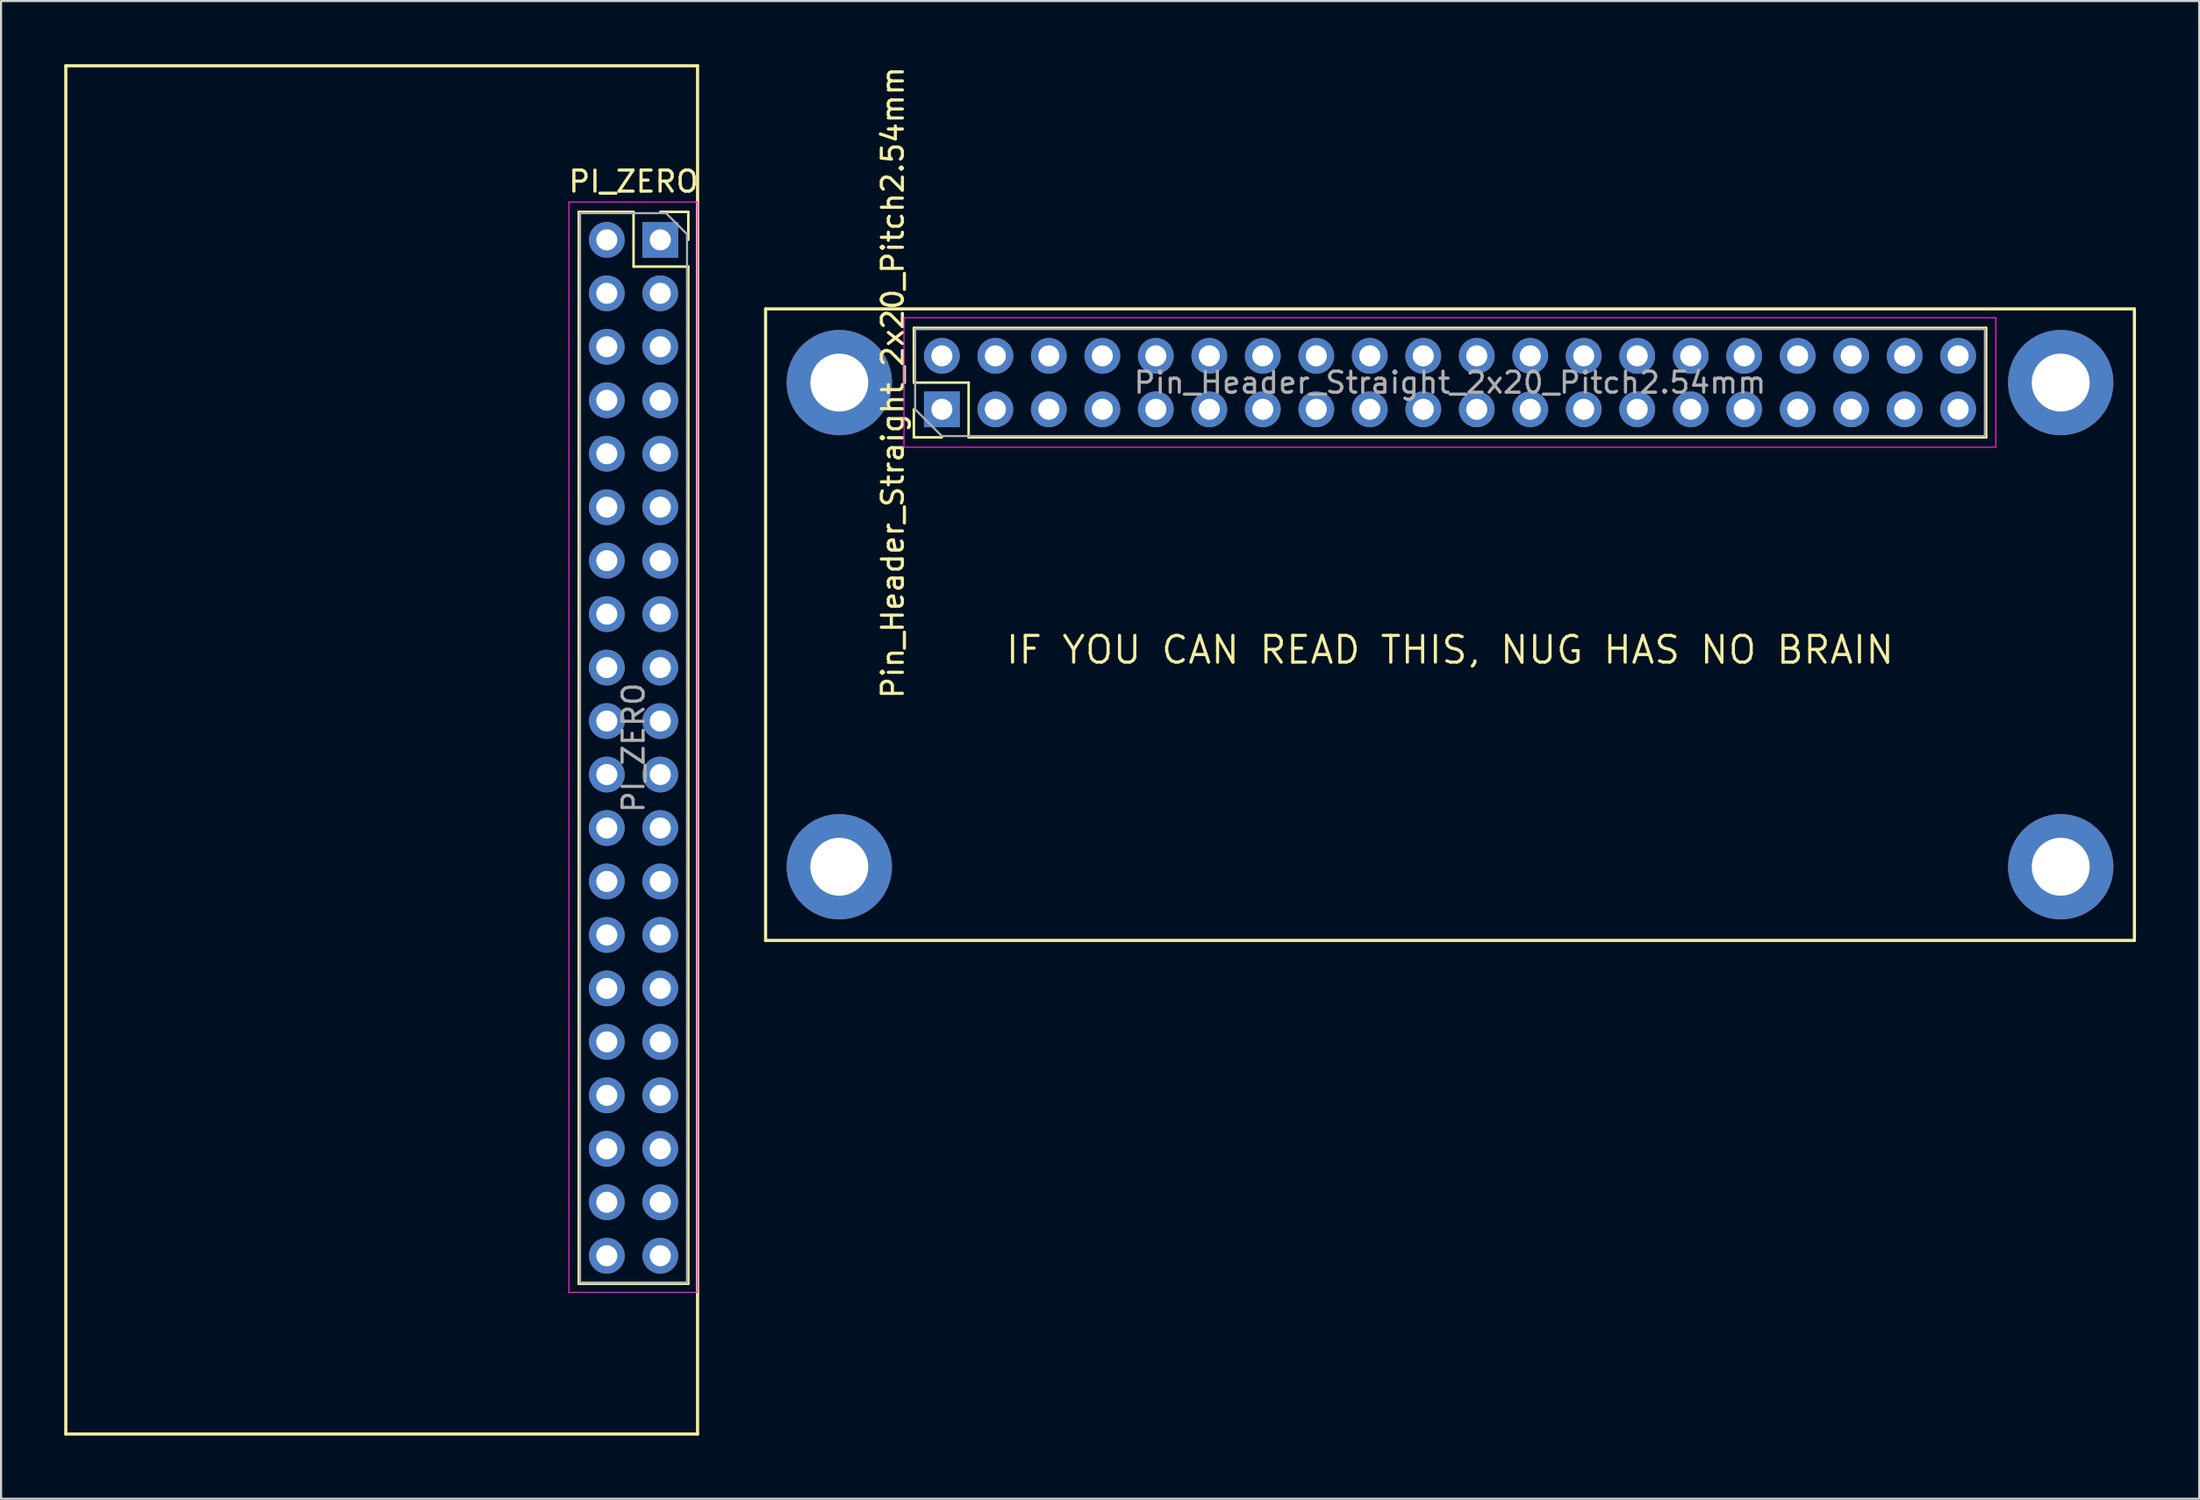
<source format=kicad_pcb>
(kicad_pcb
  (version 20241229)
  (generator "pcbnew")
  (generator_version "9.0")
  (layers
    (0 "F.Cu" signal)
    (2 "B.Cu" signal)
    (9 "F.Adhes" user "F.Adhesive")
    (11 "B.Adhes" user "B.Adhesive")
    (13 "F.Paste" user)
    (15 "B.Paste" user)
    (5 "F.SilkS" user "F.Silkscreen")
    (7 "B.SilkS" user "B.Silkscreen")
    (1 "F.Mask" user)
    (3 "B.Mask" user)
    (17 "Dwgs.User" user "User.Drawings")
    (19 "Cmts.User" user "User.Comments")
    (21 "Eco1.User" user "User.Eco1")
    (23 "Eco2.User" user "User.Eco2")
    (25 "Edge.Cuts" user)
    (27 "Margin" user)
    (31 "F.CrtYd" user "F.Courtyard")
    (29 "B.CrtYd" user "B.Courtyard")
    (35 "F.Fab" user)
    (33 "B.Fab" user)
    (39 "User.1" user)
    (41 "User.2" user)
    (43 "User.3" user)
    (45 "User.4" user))
  (footprint "PI_ZERO"
    (layer "F.Cu")
    (at 29.575 7.075)
    (property "Reference" "PI_ZERO" (at -2.54 -1.5 0) (layer "F.SilkS") (effects (font (size 1 1) (thickness 0.15))))
    (attr through_hole)
    (fp_line (start -29.5 58) (end -29.5 -7) (stroke (width 0.15) (type solid)) (layer "F.SilkS"))
    (fp_line (start -5.14 -0.06) (end -5.14 50.86) (stroke (width 0.12) (type solid)) (layer "F.SilkS"))
    (fp_line (start -5.14 -0.06) (end -2.54 -0.06) (stroke (width 0.12) (type solid)) (layer "F.SilkS"))
    (fp_line (start -5.14 50.86) (end 0.06 50.86) (stroke (width 0.12) (type solid)) (layer "F.SilkS"))
    (fp_line (start -2.54 -0.06) (end -2.54 2.54) (stroke (width 0.12) (type solid)) (layer "F.SilkS"))
    (fp_line (start -2.54 2.54) (end 0.06 2.54) (stroke (width 0.12) (type solid)) (layer "F.SilkS"))
    (fp_line (start -1.27 -0.06) (end 0.06 -0.06) (stroke (width 0.12) (type solid)) (layer "F.SilkS"))
    (fp_line (start 0.06 -0.06) (end 0.06 1.27) (stroke (width 0.12) (type solid)) (layer "F.SilkS"))
    (fp_line (start 0.06 2.54) (end 0.06 50.86) (stroke (width 0.12) (type solid)) (layer "F.SilkS"))
    (fp_line (start 0.5 -7) (end -29.5 -7) (stroke (width 0.15) (type solid)) (layer "F.SilkS"))
    (fp_line (start 0.5 -7) (end 0.5 58) (stroke (width 0.15) (type solid)) (layer "F.SilkS"))
    (fp_line (start 0.5 58) (end -29.5 58) (stroke (width 0.15) (type solid)) (layer "F.SilkS"))
    (fp_line (start -5.61 -0.53) (end 0.49 -0.53) (stroke (width 0.05) (type solid)) (layer "F.CrtYd"))
    (fp_line (start -5.61 51.27) (end -5.61 -0.53) (stroke (width 0.05) (type solid)) (layer "F.CrtYd"))
    (fp_line (start 0.49 -0.53) (end 0.49 51.27) (stroke (width 0.05) (type solid)) (layer "F.CrtYd"))
    (fp_line (start 0.49 51.27) (end -5.61 51.27) (stroke (width 0.05) (type solid)) (layer "F.CrtYd"))
    (fp_line (start -5.08 0) (end -1 0) (stroke (width 0.1) (type solid)) (layer "F.Fab"))
    (fp_line (start -5.08 50.8) (end -5.08 0) (stroke (width 0.1) (type solid)) (layer "F.Fab"))
    (fp_line (start -1 0) (end 0 1) (stroke (width 0.1) (type solid)) (layer "F.Fab"))
    (fp_line (start 0 1) (end 0 50.8) (stroke (width 0.1) (type solid)) (layer "F.Fab"))
    (fp_line (start 0 50.8) (end -5.08 50.8) (stroke (width 0.1) (type solid)) (layer "F.Fab"))
    (fp_text user "${REFERENCE}" (at -2.54 25.4 90) (layer "F.Fab") (effects (font (size 1 1) (thickness 0.15))))
    (pad "1" thru_hole rect (at -1.27 1.27) (size 1.7 1.7) (drill 1) (layers "*.Cu" "*.Mask"))
    (pad "2" thru_hole oval (at -3.81 1.27) (size 1.7 1.7) (drill 1) (layers "*.Cu" "*.Mask"))
    (pad "3" thru_hole oval (at -1.27 3.81) (size 1.7 1.7) (drill 1) (layers "*.Cu" "*.Mask"))
    (pad "4" thru_hole oval (at -3.81 3.81) (size 1.7 1.7) (drill 1) (layers "*.Cu" "*.Mask"))
    (pad "5" thru_hole oval (at -1.27 6.35) (size 1.7 1.7) (drill 1) (layers "*.Cu" "*.Mask"))
    (pad "6" thru_hole oval (at -3.81 6.35) (size 1.7 1.7) (drill 1) (layers "*.Cu" "*.Mask"))
    (pad "7" thru_hole oval (at -1.27 8.89) (size 1.7 1.7) (drill 1) (layers "*.Cu" "*.Mask"))
    (pad "8" thru_hole oval (at -3.81 8.89) (size 1.7 1.7) (drill 1) (layers "*.Cu" "*.Mask"))
    (pad "9" thru_hole oval (at -1.27 11.43) (size 1.7 1.7) (drill 1) (layers "*.Cu" "*.Mask"))
    (pad "10" thru_hole oval (at -3.81 11.43) (size 1.7 1.7) (drill 1) (layers "*.Cu" "*.Mask"))
    (pad "11" thru_hole oval (at -1.27 13.97) (size 1.7 1.7) (drill 1) (layers "*.Cu" "*.Mask"))
    (pad "12" thru_hole oval (at -3.81 13.97) (size 1.7 1.7) (drill 1) (layers "*.Cu" "*.Mask"))
    (pad "13" thru_hole oval (at -1.27 16.51) (size 1.7 1.7) (drill 1) (layers "*.Cu" "*.Mask"))
    (pad "14" thru_hole oval (at -3.81 16.51) (size 1.7 1.7) (drill 1) (layers "*.Cu" "*.Mask"))
    (pad "15" thru_hole oval (at -1.27 19.05) (size 1.7 1.7) (drill 1) (layers "*.Cu" "*.Mask"))
    (pad "16" thru_hole oval (at -3.81 19.05) (size 1.7 1.7) (drill 1) (layers "*.Cu" "*.Mask"))
    (pad "17" thru_hole oval (at -1.27 21.59) (size 1.7 1.7) (drill 1) (layers "*.Cu" "*.Mask"))
    (pad "18" thru_hole oval (at -3.81 21.59) (size 1.7 1.7) (drill 1) (layers "*.Cu" "*.Mask"))
    (pad "19" thru_hole oval (at -1.27 24.13) (size 1.7 1.7) (drill 1) (layers "*.Cu" "*.Mask"))
    (pad "20" thru_hole oval (at -3.81 24.13) (size 1.7 1.7) (drill 1) (layers "*.Cu" "*.Mask"))
    (pad "21" thru_hole oval (at -1.27 26.67) (size 1.7 1.7) (drill 1) (layers "*.Cu" "*.Mask"))
    (pad "22" thru_hole oval (at -3.81 26.67) (size 1.7 1.7) (drill 1) (layers "*.Cu" "*.Mask"))
    (pad "23" thru_hole oval (at -1.27 29.21) (size 1.7 1.7) (drill 1) (layers "*.Cu" "*.Mask"))
    (pad "24" thru_hole oval (at -3.81 29.21) (size 1.7 1.7) (drill 1) (layers "*.Cu" "*.Mask"))
    (pad "25" thru_hole oval (at -1.27 31.75) (size 1.7 1.7) (drill 1) (layers "*.Cu" "*.Mask"))
    (pad "26" thru_hole oval (at -3.81 31.75) (size 1.7 1.7) (drill 1) (layers "*.Cu" "*.Mask"))
    (pad "27" thru_hole oval (at -1.27 34.29) (size 1.7 1.7) (drill 1) (layers "*.Cu" "*.Mask"))
    (pad "28" thru_hole oval (at -3.81 34.29) (size 1.7 1.7) (drill 1) (layers "*.Cu" "*.Mask"))
    (pad "29" thru_hole oval (at -1.27 36.83) (size 1.7 1.7) (drill 1) (layers "*.Cu" "*.Mask"))
    (pad "30" thru_hole oval (at -3.81 36.83) (size 1.7 1.7) (drill 1) (layers "*.Cu" "*.Mask"))
    (pad "31" thru_hole oval (at -1.27 39.37) (size 1.7 1.7) (drill 1) (layers "*.Cu" "*.Mask"))
    (pad "32" thru_hole oval (at -3.81 39.37) (size 1.7 1.7) (drill 1) (layers "*.Cu" "*.Mask"))
    (pad "33" thru_hole oval (at -1.27 41.91) (size 1.7 1.7) (drill 1) (layers "*.Cu" "*.Mask"))
    (pad "34" thru_hole oval (at -3.81 41.91) (size 1.7 1.7) (drill 1) (layers "*.Cu" "*.Mask"))
    (pad "35" thru_hole oval (at -1.27 44.45) (size 1.7 1.7) (drill 1) (layers "*.Cu" "*.Mask"))
    (pad "36" thru_hole oval (at -3.81 44.45) (size 1.7 1.7) (drill 1) (layers "*.Cu" "*.Mask"))
    (pad "37" thru_hole oval (at -1.27 46.99) (size 1.7 1.7) (drill 1) (layers "*.Cu" "*.Mask"))
    (pad "38" thru_hole oval (at -3.81 46.99) (size 1.7 1.7) (drill 1) (layers "*.Cu" "*.Mask"))
    (pad "39" thru_hole oval (at -1.27 49.53) (size 1.7 1.7) (drill 1) (layers "*.Cu" "*.Mask"))
    (pad "40" thru_hole oval (at -3.81 49.53) (size 1.7 1.7) (drill 1) (layers "*.Cu" "*.Mask")))
  (footprint "Pin_Header_Straight_2x20_Pitch2.54mm"
    (layer "F.Cu")
    (at 65.806 15.125)
    (property "Reference" "Pin_Header_Straight_2x20_Pitch2.54mm" (at -26.46 0 90) (layer "F.SilkS") (effects (font (size 1 1) (thickness 0.15))))
    (attr through_hole)
    (fp_line (start -32.5 -3.5) (end -32.5 26.5) (stroke (width 0.15) (type solid)) (layer "F.SilkS"))
    (fp_line (start -32.5 26.5) (end 32.5 26.5) (stroke (width 0.15) (type solid)) (layer "F.SilkS"))
    (fp_line (start -25.46 -2.6) (end 25.46 -2.6) (stroke (width 0.12) (type solid)) (layer "F.SilkS"))
    (fp_line (start -25.46 0) (end -25.46 -2.6) (stroke (width 0.12) (type solid)) (layer "F.SilkS"))
    (fp_line (start -25.46 2.6) (end -25.46 1.27) (stroke (width 0.12) (type solid)) (layer "F.SilkS"))
    (fp_line (start -24.13 2.6) (end -25.46 2.6) (stroke (width 0.12) (type solid)) (layer "F.SilkS"))
    (fp_line (start -22.86 0) (end -25.46 0) (stroke (width 0.12) (type solid)) (layer "F.SilkS"))
    (fp_line (start -22.86 2.6) (end -22.86 0) (stroke (width 0.12) (type solid)) (layer "F.SilkS"))
    (fp_line (start -22.86 2.6) (end 25.46 2.6) (stroke (width 0.12) (type solid)) (layer "F.SilkS"))
    (fp_line (start 25.46 2.6) (end 25.46 -2.6) (stroke (width 0.12) (type solid)) (layer "F.SilkS"))
    (fp_line (start 32.5 -3.5) (end -32.5 -3.5) (stroke (width 0.15) (type solid)) (layer "F.SilkS"))
    (fp_line (start 32.5 26.5) (end 32.5 -3.5) (stroke (width 0.15) (type solid)) (layer "F.SilkS"))
    (fp_line (start -25.93 -3.08) (end -25.93 3.07) (stroke (width 0.05) (type solid)) (layer "F.CrtYd"))
    (fp_line (start -25.93 3.07) (end 25.92 3.07) (stroke (width 0.05) (type solid)) (layer "F.CrtYd"))
    (fp_line (start 25.92 -3.08) (end -25.93 -3.08) (stroke (width 0.05) (type solid)) (layer "F.CrtYd"))
    (fp_line (start 25.92 3.07) (end 25.92 -3.08) (stroke (width 0.05) (type solid)) (layer "F.CrtYd"))
    (fp_line (start -25.4 -2.54) (end 25.4 -2.54) (stroke (width 0.1) (type solid)) (layer "F.Fab"))
    (fp_line (start -25.4 1.27) (end -25.4 -2.54) (stroke (width 0.1) (type solid)) (layer "F.Fab"))
    (fp_line (start -24.13 2.54) (end -25.4 1.27) (stroke (width 0.1) (type solid)) (layer "F.Fab"))
    (fp_line (start 25.4 -2.54) (end 25.4 2.54) (stroke (width 0.1) (type solid)) (layer "F.Fab"))
    (fp_line (start 25.4 2.54) (end -24.13 2.54) (stroke (width 0.1) (type solid)) (layer "F.Fab"))
    (fp_text user "IF YOU CAN READ THIS, NUG HAS NO BRAIN" (at 0 12.7 0) (layer "F.SilkS") (effects (font (size 1.27 1.27) (thickness 0.15))))
    (fp_text user "${REFERENCE}" (at 0 0 180) (layer "F.Fab") (effects (font (size 1 1) (thickness 0.15))))
    (pad "" thru_hole circle (at 29 0) (size 5 5) (drill 2.75) (layers "*.Cu" "*.Mask"))
    (pad "1" thru_hole rect (at -24.13 1.27 90) (size 1.7 1.7) (drill 1) (layers "*.Cu" "*.Mask"))
    (pad "2" thru_hole oval (at -24.13 -1.27 90) (size 1.7 1.7) (drill 1) (layers "*.Cu" "*.Mask"))
    (pad "3" thru_hole oval (at -21.59 1.27 90) (size 1.7 1.7) (drill 1) (layers "*.Cu" "*.Mask"))
    (pad "4" thru_hole oval (at -21.59 -1.27 90) (size 1.7 1.7) (drill 1) (layers "*.Cu" "*.Mask"))
    (pad "5" thru_hole oval (at -19.05 1.27 90) (size 1.7 1.7) (drill 1) (layers "*.Cu" "*.Mask"))
    (pad "6" thru_hole oval (at -19.05 -1.27 90) (size 1.7 1.7) (drill 1) (layers "*.Cu" "*.Mask"))
    (pad "7" thru_hole oval (at -16.51 1.27 90) (size 1.7 1.7) (drill 1) (layers "*.Cu" "*.Mask"))
    (pad "8" thru_hole oval (at -16.51 -1.27 90) (size 1.7 1.7) (drill 1) (layers "*.Cu" "*.Mask"))
    (pad "9" thru_hole oval (at -13.97 1.27 90) (size 1.7 1.7) (drill 1) (layers "*.Cu" "*.Mask"))
    (pad "10" thru_hole oval (at -13.97 -1.27 90) (size 1.7 1.7) (drill 1) (layers "*.Cu" "*.Mask"))
    (pad "11" thru_hole oval (at -11.43 1.27 90) (size 1.7 1.7) (drill 1) (layers "*.Cu" "*.Mask"))
    (pad "12" thru_hole oval (at -11.43 -1.27 90) (size 1.7 1.7) (drill 1) (layers "*.Cu" "*.Mask"))
    (pad "13" thru_hole oval (at -8.89 1.27 90) (size 1.7 1.7) (drill 1) (layers "*.Cu" "*.Mask"))
    (pad "14" thru_hole oval (at -8.89 -1.27 90) (size 1.7 1.7) (drill 1) (layers "*.Cu" "*.Mask"))
    (pad "15" thru_hole oval (at -6.35 1.27 90) (size 1.7 1.7) (drill 1) (layers "*.Cu" "*.Mask"))
    (pad "16" thru_hole oval (at -6.35 -1.27 90) (size 1.7 1.7) (drill 1) (layers "*.Cu" "*.Mask"))
    (pad "17" thru_hole oval (at -3.81 1.27 90) (size 1.7 1.7) (drill 1) (layers "*.Cu" "*.Mask"))
    (pad "18" thru_hole oval (at -3.81 -1.27 90) (size 1.7 1.7) (drill 1) (layers "*.Cu" "*.Mask"))
    (pad "19" thru_hole oval (at -1.27 1.27 90) (size 1.7 1.7) (drill 1) (layers "*.Cu" "*.Mask"))
    (pad "20" thru_hole oval (at -1.27 -1.27 90) (size 1.7 1.7) (drill 1) (layers "*.Cu" "*.Mask"))
    (pad "21" thru_hole oval (at 1.27 1.27 90) (size 1.7 1.7) (drill 1) (layers "*.Cu" "*.Mask"))
    (pad "22" thru_hole oval (at 1.27 -1.27 90) (size 1.7 1.7) (drill 1) (layers "*.Cu" "*.Mask"))
    (pad "23" thru_hole oval (at 3.81 1.27 90) (size 1.7 1.7) (drill 1) (layers "*.Cu" "*.Mask"))
    (pad "24" thru_hole oval (at 3.81 -1.27 90) (size 1.7 1.7) (drill 1) (layers "*.Cu" "*.Mask"))
    (pad "25" thru_hole oval (at 6.35 1.27 90) (size 1.7 1.7) (drill 1) (layers "*.Cu" "*.Mask"))
    (pad "26" thru_hole oval (at 6.35 -1.27 90) (size 1.7 1.7) (drill 1) (layers "*.Cu" "*.Mask"))
    (pad "27" thru_hole oval (at 8.89 1.27 90) (size 1.7 1.7) (drill 1) (layers "*.Cu" "*.Mask"))
    (pad "28" thru_hole oval (at 8.89 -1.27 90) (size 1.7 1.7) (drill 1) (layers "*.Cu" "*.Mask"))
    (pad "29" thru_hole oval (at 11.43 1.27 90) (size 1.7 1.7) (drill 1) (layers "*.Cu" "*.Mask"))
    (pad "30" thru_hole oval (at 11.43 -1.27 90) (size 1.7 1.7) (drill 1) (layers "*.Cu" "*.Mask"))
    (pad "31" thru_hole oval (at 13.97 1.27 90) (size 1.7 1.7) (drill 1) (layers "*.Cu" "*.Mask"))
    (pad "32" thru_hole oval (at 13.97 -1.27 90) (size 1.7 1.7) (drill 1) (layers "*.Cu" "*.Mask"))
    (pad "33" thru_hole oval (at 16.51 1.27 90) (size 1.7 1.7) (drill 1) (layers "*.Cu" "*.Mask"))
    (pad "34" thru_hole oval (at 16.51 -1.27 90) (size 1.7 1.7) (drill 1) (layers "*.Cu" "*.Mask"))
    (pad "35" thru_hole oval (at 19.05 1.27 90) (size 1.7 1.7) (drill 1) (layers "*.Cu" "*.Mask"))
    (pad "36" thru_hole oval (at 19.05 -1.27 90) (size 1.7 1.7) (drill 1) (layers "*.Cu" "*.Mask"))
    (pad "37" thru_hole oval (at 21.59 1.27 90) (size 1.7 1.7) (drill 1) (layers "*.Cu" "*.Mask"))
    (pad "38" thru_hole oval (at 21.59 -1.27 90) (size 1.7 1.7) (drill 1) (layers "*.Cu" "*.Mask"))
    (pad "39" thru_hole oval (at 24.13 1.27 90) (size 1.7 1.7) (drill 1) (layers "*.Cu" "*.Mask"))
    (pad "40" thru_hole oval (at 24.13 -1.27 90) (size 1.7 1.7) (drill 1) (layers "*.Cu" "*.Mask"))
    (pad "~" thru_hole circle (at -29 0) (size 5 5) (drill 2.75) (layers "*.Cu" "*.Mask"))
    (pad "~" thru_hole circle (at -29 23) (size 5 5) (drill 2.75) (layers "*.Cu" "*.Mask"))
    (pad "~" thru_hole circle (at 29 23) (size 5 5) (drill 2.75) (layers "*.Cu" "*.Mask")))
  (gr_rect
    (start -3 -3)
    (end 101.381 68.15)
    (stroke (width 0.1) (type default))
    (fill no)
    (layer "Edge.Cuts")))
</source>
